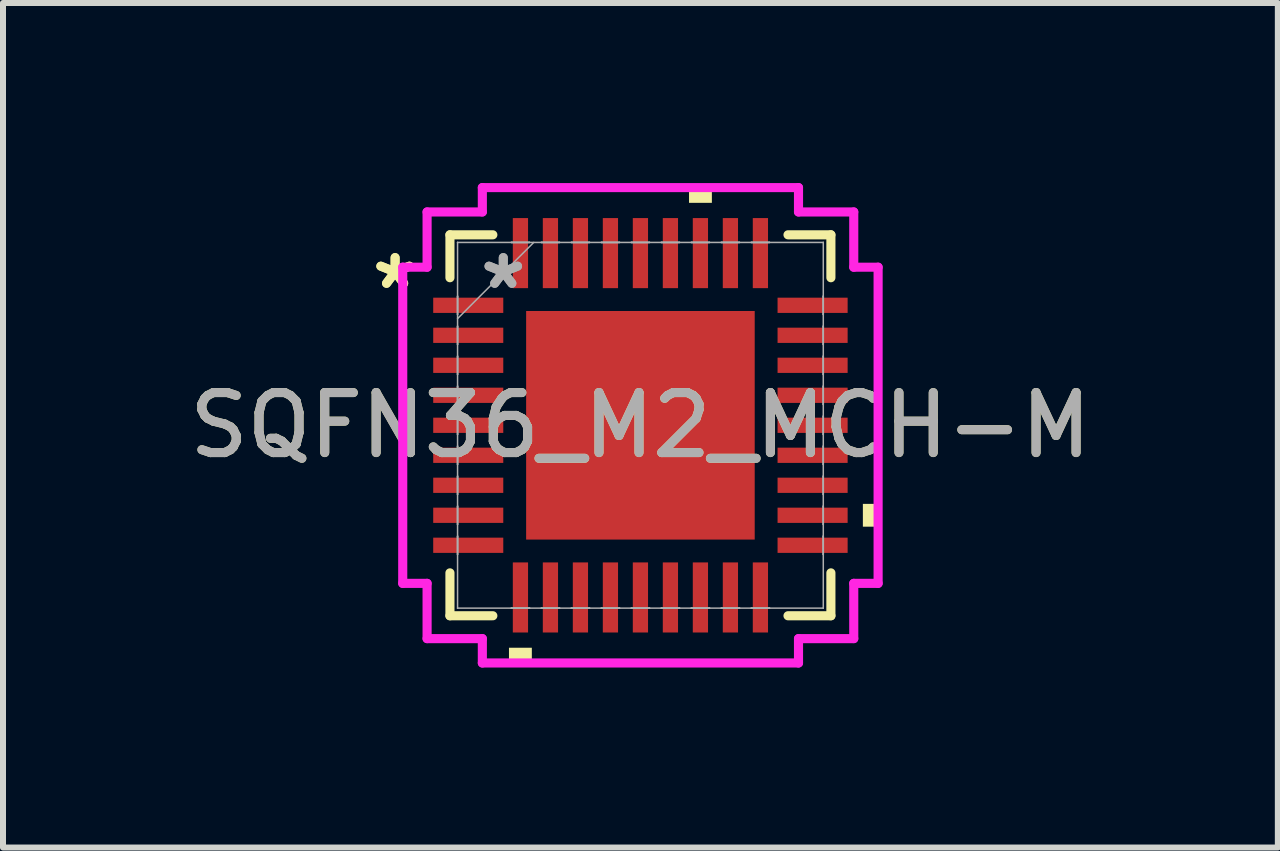
<source format=kicad_pcb>
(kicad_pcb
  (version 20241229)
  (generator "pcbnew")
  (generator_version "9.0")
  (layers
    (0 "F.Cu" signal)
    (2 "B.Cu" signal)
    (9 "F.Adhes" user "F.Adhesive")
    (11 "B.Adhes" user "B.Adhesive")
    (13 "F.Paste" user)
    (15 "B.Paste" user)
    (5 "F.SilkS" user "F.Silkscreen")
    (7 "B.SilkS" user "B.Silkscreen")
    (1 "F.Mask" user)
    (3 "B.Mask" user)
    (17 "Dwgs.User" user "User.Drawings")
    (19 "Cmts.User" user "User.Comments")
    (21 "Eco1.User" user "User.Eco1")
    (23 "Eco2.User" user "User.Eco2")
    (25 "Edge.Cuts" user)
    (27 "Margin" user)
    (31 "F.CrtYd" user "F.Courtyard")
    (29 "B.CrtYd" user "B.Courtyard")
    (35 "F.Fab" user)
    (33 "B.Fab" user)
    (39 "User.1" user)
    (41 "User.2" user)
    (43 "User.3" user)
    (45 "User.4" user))
  (footprint "SQFN36_M2_MCH-M"
    (layer "F.Cu")
    (at 7.625 4.039)
    (property "Reference" "SQFN36_M2_MCH-M" (at 0 0 0) (unlocked yes) (layer "F.SilkS") (effects (font (size 1 1) (thickness 0.15))))
    (attr smd)
    (fp_line (start -3.175 -3.175) (end -3.175 -2.46) (stroke (width 0.152) (type solid)) (layer "F.SilkS"))
    (fp_line (start -3.175 2.46) (end -3.175 3.175) (stroke (width 0.152) (type solid)) (layer "F.SilkS"))
    (fp_line (start -3.175 3.175) (end -2.46 3.175) (stroke (width 0.152) (type solid)) (layer "F.SilkS"))
    (fp_line (start -2.46 -3.175) (end -3.175 -3.175) (stroke (width 0.152) (type solid)) (layer "F.SilkS"))
    (fp_line (start 2.46 3.175) (end 3.175 3.175) (stroke (width 0.152) (type solid)) (layer "F.SilkS"))
    (fp_line (start 3.175 -3.175) (end 2.46 -3.175) (stroke (width 0.152) (type solid)) (layer "F.SilkS"))
    (fp_line (start 3.175 -2.46) (end 3.175 -3.175) (stroke (width 0.152) (type solid)) (layer "F.SilkS"))
    (fp_line (start 3.175 3.175) (end 3.175 2.46) (stroke (width 0.152) (type solid)) (layer "F.SilkS"))
    (fp_poly (pts (xy -2.191 3.708) (xy -2.191 3.962) (xy -1.81 3.962) (xy -1.81 3.708)) (stroke (width 0) (type solid)) (fill yes) (layer "F.SilkS"))
    (fp_poly (pts (xy 0.81 -3.708) (xy 0.81 -3.962) (xy 1.191 -3.962) (xy 1.191 -3.708)) (stroke (width 0) (type solid)) (fill yes) (layer "F.SilkS"))
    (fp_poly (pts (xy 3.962 1.31) (xy 3.962 1.69) (xy 3.708 1.69) (xy 3.708 1.31)) (stroke (width 0) (type solid)) (fill yes) (layer "F.SilkS"))
    (fp_poly (pts (xy -1.805 -1.805) (xy -1.805 -0.735) (xy -0.735 -0.735) (xy -0.735 -1.805)) (stroke (width 0) (type solid)) (fill yes) (layer "F.Paste"))
    (fp_poly (pts (xy -1.805 -0.535) (xy -1.805 0.535) (xy -0.735 0.535) (xy -0.735 -0.535)) (stroke (width 0) (type solid)) (fill yes) (layer "F.Paste"))
    (fp_poly (pts (xy -1.805 0.735) (xy -1.805 1.805) (xy -0.735 1.805) (xy -0.735 0.735)) (stroke (width 0) (type solid)) (fill yes) (layer "F.Paste"))
    (fp_poly (pts (xy -0.535 -1.805) (xy -0.535 -0.735) (xy 0.535 -0.735) (xy 0.535 -1.805)) (stroke (width 0) (type solid)) (fill yes) (layer "F.Paste"))
    (fp_poly (pts (xy -0.535 -0.535) (xy -0.535 0.535) (xy 0.535 0.535) (xy 0.535 -0.535)) (stroke (width 0) (type solid)) (fill yes) (layer "F.Paste"))
    (fp_poly (pts (xy -0.535 0.735) (xy -0.535 1.805) (xy 0.535 1.805) (xy 0.535 0.735)) (stroke (width 0) (type solid)) (fill yes) (layer "F.Paste"))
    (fp_poly (pts (xy 0.735 -1.805) (xy 0.735 -0.735) (xy 1.805 -0.735) (xy 1.805 -1.805)) (stroke (width 0) (type solid)) (fill yes) (layer "F.Paste"))
    (fp_poly (pts (xy 0.735 -0.535) (xy 0.735 0.535) (xy 1.805 0.535) (xy 1.805 -0.535)) (stroke (width 0) (type solid)) (fill yes) (layer "F.Paste"))
    (fp_poly (pts (xy 0.735 0.735) (xy 0.735 1.805) (xy 1.805 1.805) (xy 1.805 0.735)) (stroke (width 0) (type solid)) (fill yes) (layer "F.Paste"))
    (fp_line (start -3.962 -2.635) (end -3.556 -2.635) (stroke (width 0.152) (type solid)) (layer "F.CrtYd"))
    (fp_line (start -3.962 2.635) (end -3.962 -2.635) (stroke (width 0.152) (type solid)) (layer "F.CrtYd"))
    (fp_line (start -3.556 -3.556) (end -2.635 -3.556) (stroke (width 0.152) (type solid)) (layer "F.CrtYd"))
    (fp_line (start -3.556 -2.635) (end -3.556 -3.556) (stroke (width 0.152) (type solid)) (layer "F.CrtYd"))
    (fp_line (start -3.556 2.635) (end -3.962 2.635) (stroke (width 0.152) (type solid)) (layer "F.CrtYd"))
    (fp_line (start -3.556 3.556) (end -3.556 2.635) (stroke (width 0.152) (type solid)) (layer "F.CrtYd"))
    (fp_line (start -2.635 -3.962) (end 2.635 -3.962) (stroke (width 0.152) (type solid)) (layer "F.CrtYd"))
    (fp_line (start -2.635 -3.556) (end -2.635 -3.962) (stroke (width 0.152) (type solid)) (layer "F.CrtYd"))
    (fp_line (start -2.635 3.556) (end -3.556 3.556) (stroke (width 0.152) (type solid)) (layer "F.CrtYd"))
    (fp_line (start -2.635 3.962) (end -2.635 3.556) (stroke (width 0.152) (type solid)) (layer "F.CrtYd"))
    (fp_line (start 2.635 -3.962) (end 2.635 -3.556) (stroke (width 0.152) (type solid)) (layer "F.CrtYd"))
    (fp_line (start 2.635 -3.556) (end 3.556 -3.556) (stroke (width 0.152) (type solid)) (layer "F.CrtYd"))
    (fp_line (start 2.635 3.556) (end 2.635 3.962) (stroke (width 0.152) (type solid)) (layer "F.CrtYd"))
    (fp_line (start 2.635 3.962) (end -2.635 3.962) (stroke (width 0.152) (type solid)) (layer "F.CrtYd"))
    (fp_line (start 3.556 -3.556) (end 3.556 -2.635) (stroke (width 0.152) (type solid)) (layer "F.CrtYd"))
    (fp_line (start 3.556 -2.635) (end 3.962 -2.635) (stroke (width 0.152) (type solid)) (layer "F.CrtYd"))
    (fp_line (start 3.556 2.635) (end 3.556 3.556) (stroke (width 0.152) (type solid)) (layer "F.CrtYd"))
    (fp_line (start 3.556 3.556) (end 2.635 3.556) (stroke (width 0.152) (type solid)) (layer "F.CrtYd"))
    (fp_line (start 3.962 -2.635) (end 3.962 2.635) (stroke (width 0.152) (type solid)) (layer "F.CrtYd"))
    (fp_line (start 3.962 2.635) (end 3.556 2.635) (stroke (width 0.152) (type solid)) (layer "F.CrtYd"))
    (fp_line (start -3.048 -3.048) (end -3.048 -3.048) (stroke (width 0.025) (type solid)) (layer "F.Fab"))
    (fp_line (start -3.048 -3.048) (end -3.048 3.048) (stroke (width 0.025) (type solid)) (layer "F.Fab"))
    (fp_line (start -3.048 -2.152) (end -3.048 -2.152) (stroke (width 0.025) (type solid)) (layer "F.Fab"))
    (fp_line (start -3.048 -2.152) (end -3.048 -1.848) (stroke (width 0.025) (type solid)) (layer "F.Fab"))
    (fp_line (start -3.048 -1.848) (end -3.048 -2.152) (stroke (width 0.025) (type solid)) (layer "F.Fab"))
    (fp_line (start -3.048 -1.848) (end -3.048 -1.848) (stroke (width 0.025) (type solid)) (layer "F.Fab"))
    (fp_line (start -3.048 -1.778) (end -1.778 -3.048) (stroke (width 0.025) (type solid)) (layer "F.Fab"))
    (fp_line (start -3.048 -1.652) (end -3.048 -1.652) (stroke (width 0.025) (type solid)) (layer "F.Fab"))
    (fp_line (start -3.048 -1.652) (end -3.048 -1.348) (stroke (width 0.025) (type solid)) (layer "F.Fab"))
    (fp_line (start -3.048 -1.348) (end -3.048 -1.652) (stroke (width 0.025) (type solid)) (layer "F.Fab"))
    (fp_line (start -3.048 -1.348) (end -3.048 -1.348) (stroke (width 0.025) (type solid)) (layer "F.Fab"))
    (fp_line (start -3.048 -1.152) (end -3.048 -1.152) (stroke (width 0.025) (type solid)) (layer "F.Fab"))
    (fp_line (start -3.048 -1.152) (end -3.048 -0.848) (stroke (width 0.025) (type solid)) (layer "F.Fab"))
    (fp_line (start -3.048 -0.848) (end -3.048 -1.152) (stroke (width 0.025) (type solid)) (layer "F.Fab"))
    (fp_line (start -3.048 -0.848) (end -3.048 -0.848) (stroke (width 0.025) (type solid)) (layer "F.Fab"))
    (fp_line (start -3.048 -0.652) (end -3.048 -0.652) (stroke (width 0.025) (type solid)) (layer "F.Fab"))
    (fp_line (start -3.048 -0.652) (end -3.048 -0.348) (stroke (width 0.025) (type solid)) (layer "F.Fab"))
    (fp_line (start -3.048 -0.348) (end -3.048 -0.652) (stroke (width 0.025) (type solid)) (layer "F.Fab"))
    (fp_line (start -3.048 -0.348) (end -3.048 -0.348) (stroke (width 0.025) (type solid)) (layer "F.Fab"))
    (fp_line (start -3.048 -0.152) (end -3.048 -0.152) (stroke (width 0.025) (type solid)) (layer "F.Fab"))
    (fp_line (start -3.048 -0.152) (end -3.048 0.152) (stroke (width 0.025) (type solid)) (layer "F.Fab"))
    (fp_line (start -3.048 0.152) (end -3.048 -0.152) (stroke (width 0.025) (type solid)) (layer "F.Fab"))
    (fp_line (start -3.048 0.152) (end -3.048 0.152) (stroke (width 0.025) (type solid)) (layer "F.Fab"))
    (fp_line (start -3.048 0.348) (end -3.048 0.348) (stroke (width 0.025) (type solid)) (layer "F.Fab"))
    (fp_line (start -3.048 0.348) (end -3.048 0.652) (stroke (width 0.025) (type solid)) (layer "F.Fab"))
    (fp_line (start -3.048 0.652) (end -3.048 0.348) (stroke (width 0.025) (type solid)) (layer "F.Fab"))
    (fp_line (start -3.048 0.652) (end -3.048 0.652) (stroke (width 0.025) (type solid)) (layer "F.Fab"))
    (fp_line (start -3.048 0.848) (end -3.048 0.848) (stroke (width 0.025) (type solid)) (layer "F.Fab"))
    (fp_line (start -3.048 0.848) (end -3.048 1.152) (stroke (width 0.025) (type solid)) (layer "F.Fab"))
    (fp_line (start -3.048 1.152) (end -3.048 0.848) (stroke (width 0.025) (type solid)) (layer "F.Fab"))
    (fp_line (start -3.048 1.152) (end -3.048 1.152) (stroke (width 0.025) (type solid)) (layer "F.Fab"))
    (fp_line (start -3.048 1.348) (end -3.048 1.348) (stroke (width 0.025) (type solid)) (layer "F.Fab"))
    (fp_line (start -3.048 1.348) (end -3.048 1.652) (stroke (width 0.025) (type solid)) (layer "F.Fab"))
    (fp_line (start -3.048 1.652) (end -3.048 1.348) (stroke (width 0.025) (type solid)) (layer "F.Fab"))
    (fp_line (start -3.048 1.652) (end -3.048 1.652) (stroke (width 0.025) (type solid)) (layer "F.Fab"))
    (fp_line (start -3.048 1.848) (end -3.048 1.848) (stroke (width 0.025) (type solid)) (layer "F.Fab"))
    (fp_line (start -3.048 1.848) (end -3.048 2.152) (stroke (width 0.025) (type solid)) (layer "F.Fab"))
    (fp_line (start -3.048 2.152) (end -3.048 1.848) (stroke (width 0.025) (type solid)) (layer "F.Fab"))
    (fp_line (start -3.048 2.152) (end -3.048 2.152) (stroke (width 0.025) (type solid)) (layer "F.Fab"))
    (fp_line (start -3.048 3.048) (end -3.048 3.048) (stroke (width 0.025) (type solid)) (layer "F.Fab"))
    (fp_line (start -3.048 3.048) (end 3.048 3.048) (stroke (width 0.025) (type solid)) (layer "F.Fab"))
    (fp_line (start -2.152 -3.048) (end -2.152 -3.048) (stroke (width 0.025) (type solid)) (layer "F.Fab"))
    (fp_line (start -2.152 -3.048) (end -1.848 -3.048) (stroke (width 0.025) (type solid)) (layer "F.Fab"))
    (fp_line (start -2.152 3.048) (end -2.152 3.048) (stroke (width 0.025) (type solid)) (layer "F.Fab"))
    (fp_line (start -2.152 3.048) (end -1.848 3.048) (stroke (width 0.025) (type solid)) (layer "F.Fab"))
    (fp_line (start -1.848 -3.048) (end -2.152 -3.048) (stroke (width 0.025) (type solid)) (layer "F.Fab"))
    (fp_line (start -1.848 -3.048) (end -1.848 -3.048) (stroke (width 0.025) (type solid)) (layer "F.Fab"))
    (fp_line (start -1.848 3.048) (end -2.152 3.048) (stroke (width 0.025) (type solid)) (layer "F.Fab"))
    (fp_line (start -1.848 3.048) (end -1.848 3.048) (stroke (width 0.025) (type solid)) (layer "F.Fab"))
    (fp_line (start -1.652 -3.048) (end -1.652 -3.048) (stroke (width 0.025) (type solid)) (layer "F.Fab"))
    (fp_line (start -1.652 -3.048) (end -1.348 -3.048) (stroke (width 0.025) (type solid)) (layer "F.Fab"))
    (fp_line (start -1.652 3.048) (end -1.652 3.048) (stroke (width 0.025) (type solid)) (layer "F.Fab"))
    (fp_line (start -1.652 3.048) (end -1.348 3.048) (stroke (width 0.025) (type solid)) (layer "F.Fab"))
    (fp_line (start -1.348 -3.048) (end -1.652 -3.048) (stroke (width 0.025) (type solid)) (layer "F.Fab"))
    (fp_line (start -1.348 -3.048) (end -1.348 -3.048) (stroke (width 0.025) (type solid)) (layer "F.Fab"))
    (fp_line (start -1.348 3.048) (end -1.652 3.048) (stroke (width 0.025) (type solid)) (layer "F.Fab"))
    (fp_line (start -1.348 3.048) (end -1.348 3.048) (stroke (width 0.025) (type solid)) (layer "F.Fab"))
    (fp_line (start -1.152 -3.048) (end -1.152 -3.048) (stroke (width 0.025) (type solid)) (layer "F.Fab"))
    (fp_line (start -1.152 -3.048) (end -0.848 -3.048) (stroke (width 0.025) (type solid)) (layer "F.Fab"))
    (fp_line (start -1.152 3.048) (end -1.152 3.048) (stroke (width 0.025) (type solid)) (layer "F.Fab"))
    (fp_line (start -1.152 3.048) (end -0.848 3.048) (stroke (width 0.025) (type solid)) (layer "F.Fab"))
    (fp_line (start -0.848 -3.048) (end -1.152 -3.048) (stroke (width 0.025) (type solid)) (layer "F.Fab"))
    (fp_line (start -0.848 -3.048) (end -0.848 -3.048) (stroke (width 0.025) (type solid)) (layer "F.Fab"))
    (fp_line (start -0.848 3.048) (end -1.152 3.048) (stroke (width 0.025) (type solid)) (layer "F.Fab"))
    (fp_line (start -0.848 3.048) (end -0.848 3.048) (stroke (width 0.025) (type solid)) (layer "F.Fab"))
    (fp_line (start -0.652 -3.048) (end -0.652 -3.048) (stroke (width 0.025) (type solid)) (layer "F.Fab"))
    (fp_line (start -0.652 -3.048) (end -0.348 -3.048) (stroke (width 0.025) (type solid)) (layer "F.Fab"))
    (fp_line (start -0.652 3.048) (end -0.652 3.048) (stroke (width 0.025) (type solid)) (layer "F.Fab"))
    (fp_line (start -0.652 3.048) (end -0.348 3.048) (stroke (width 0.025) (type solid)) (layer "F.Fab"))
    (fp_line (start -0.348 -3.048) (end -0.652 -3.048) (stroke (width 0.025) (type solid)) (layer "F.Fab"))
    (fp_line (start -0.348 -3.048) (end -0.348 -3.048) (stroke (width 0.025) (type solid)) (layer "F.Fab"))
    (fp_line (start -0.348 3.048) (end -0.652 3.048) (stroke (width 0.025) (type solid)) (layer "F.Fab"))
    (fp_line (start -0.348 3.048) (end -0.348 3.048) (stroke (width 0.025) (type solid)) (layer "F.Fab"))
    (fp_line (start -0.152 -3.048) (end -0.152 -3.048) (stroke (width 0.025) (type solid)) (layer "F.Fab"))
    (fp_line (start -0.152 -3.048) (end 0.152 -3.048) (stroke (width 0.025) (type solid)) (layer "F.Fab"))
    (fp_line (start -0.152 3.048) (end -0.152 3.048) (stroke (width 0.025) (type solid)) (layer "F.Fab"))
    (fp_line (start -0.152 3.048) (end 0.152 3.048) (stroke (width 0.025) (type solid)) (layer "F.Fab"))
    (fp_line (start 0.152 -3.048) (end -0.152 -3.048) (stroke (width 0.025) (type solid)) (layer "F.Fab"))
    (fp_line (start 0.152 -3.048) (end 0.152 -3.048) (stroke (width 0.025) (type solid)) (layer "F.Fab"))
    (fp_line (start 0.152 3.048) (end -0.152 3.048) (stroke (width 0.025) (type solid)) (layer "F.Fab"))
    (fp_line (start 0.152 3.048) (end 0.152 3.048) (stroke (width 0.025) (type solid)) (layer "F.Fab"))
    (fp_line (start 0.348 -3.048) (end 0.348 -3.048) (stroke (width 0.025) (type solid)) (layer "F.Fab"))
    (fp_line (start 0.348 -3.048) (end 0.652 -3.048) (stroke (width 0.025) (type solid)) (layer "F.Fab"))
    (fp_line (start 0.348 3.048) (end 0.348 3.048) (stroke (width 0.025) (type solid)) (layer "F.Fab"))
    (fp_line (start 0.348 3.048) (end 0.652 3.048) (stroke (width 0.025) (type solid)) (layer "F.Fab"))
    (fp_line (start 0.652 -3.048) (end 0.348 -3.048) (stroke (width 0.025) (type solid)) (layer "F.Fab"))
    (fp_line (start 0.652 -3.048) (end 0.652 -3.048) (stroke (width 0.025) (type solid)) (layer "F.Fab"))
    (fp_line (start 0.652 3.048) (end 0.348 3.048) (stroke (width 0.025) (type solid)) (layer "F.Fab"))
    (fp_line (start 0.652 3.048) (end 0.652 3.048) (stroke (width 0.025) (type solid)) (layer "F.Fab"))
    (fp_line (start 0.848 -3.048) (end 0.848 -3.048) (stroke (width 0.025) (type solid)) (layer "F.Fab"))
    (fp_line (start 0.848 -3.048) (end 1.152 -3.048) (stroke (width 0.025) (type solid)) (layer "F.Fab"))
    (fp_line (start 0.848 3.048) (end 0.848 3.048) (stroke (width 0.025) (type solid)) (layer "F.Fab"))
    (fp_line (start 0.848 3.048) (end 1.152 3.048) (stroke (width 0.025) (type solid)) (layer "F.Fab"))
    (fp_line (start 1.152 -3.048) (end 0.848 -3.048) (stroke (width 0.025) (type solid)) (layer "F.Fab"))
    (fp_line (start 1.152 -3.048) (end 1.152 -3.048) (stroke (width 0.025) (type solid)) (layer "F.Fab"))
    (fp_line (start 1.152 3.048) (end 0.848 3.048) (stroke (width 0.025) (type solid)) (layer "F.Fab"))
    (fp_line (start 1.152 3.048) (end 1.152 3.048) (stroke (width 0.025) (type solid)) (layer "F.Fab"))
    (fp_line (start 1.348 -3.048) (end 1.348 -3.048) (stroke (width 0.025) (type solid)) (layer "F.Fab"))
    (fp_line (start 1.348 -3.048) (end 1.652 -3.048) (stroke (width 0.025) (type solid)) (layer "F.Fab"))
    (fp_line (start 1.348 3.048) (end 1.348 3.048) (stroke (width 0.025) (type solid)) (layer "F.Fab"))
    (fp_line (start 1.348 3.048) (end 1.652 3.048) (stroke (width 0.025) (type solid)) (layer "F.Fab"))
    (fp_line (start 1.652 -3.048) (end 1.348 -3.048) (stroke (width 0.025) (type solid)) (layer "F.Fab"))
    (fp_line (start 1.652 -3.048) (end 1.652 -3.048) (stroke (width 0.025) (type solid)) (layer "F.Fab"))
    (fp_line (start 1.652 3.048) (end 1.348 3.048) (stroke (width 0.025) (type solid)) (layer "F.Fab"))
    (fp_line (start 1.652 3.048) (end 1.652 3.048) (stroke (width 0.025) (type solid)) (layer "F.Fab"))
    (fp_line (start 1.848 -3.048) (end 1.848 -3.048) (stroke (width 0.025) (type solid)) (layer "F.Fab"))
    (fp_line (start 1.848 -3.048) (end 2.152 -3.048) (stroke (width 0.025) (type solid)) (layer "F.Fab"))
    (fp_line (start 1.848 3.048) (end 1.848 3.048) (stroke (width 0.025) (type solid)) (layer "F.Fab"))
    (fp_line (start 1.848 3.048) (end 2.152 3.048) (stroke (width 0.025) (type solid)) (layer "F.Fab"))
    (fp_line (start 2.152 -3.048) (end 1.848 -3.048) (stroke (width 0.025) (type solid)) (layer "F.Fab"))
    (fp_line (start 2.152 -3.048) (end 2.152 -3.048) (stroke (width 0.025) (type solid)) (layer "F.Fab"))
    (fp_line (start 2.152 3.048) (end 1.848 3.048) (stroke (width 0.025) (type solid)) (layer "F.Fab"))
    (fp_line (start 2.152 3.048) (end 2.152 3.048) (stroke (width 0.025) (type solid)) (layer "F.Fab"))
    (fp_line (start 3.048 -3.048) (end -3.048 -3.048) (stroke (width 0.025) (type solid)) (layer "F.Fab"))
    (fp_line (start 3.048 -3.048) (end 3.048 -3.048) (stroke (width 0.025) (type solid)) (layer "F.Fab"))
    (fp_line (start 3.048 -2.152) (end 3.048 -2.152) (stroke (width 0.025) (type solid)) (layer "F.Fab"))
    (fp_line (start 3.048 -2.152) (end 3.048 -1.848) (stroke (width 0.025) (type solid)) (layer "F.Fab"))
    (fp_line (start 3.048 -1.848) (end 3.048 -2.152) (stroke (width 0.025) (type solid)) (layer "F.Fab"))
    (fp_line (start 3.048 -1.848) (end 3.048 -1.848) (stroke (width 0.025) (type solid)) (layer "F.Fab"))
    (fp_line (start 3.048 -1.652) (end 3.048 -1.652) (stroke (width 0.025) (type solid)) (layer "F.Fab"))
    (fp_line (start 3.048 -1.652) (end 3.048 -1.348) (stroke (width 0.025) (type solid)) (layer "F.Fab"))
    (fp_line (start 3.048 -1.348) (end 3.048 -1.652) (stroke (width 0.025) (type solid)) (layer "F.Fab"))
    (fp_line (start 3.048 -1.348) (end 3.048 -1.348) (stroke (width 0.025) (type solid)) (layer "F.Fab"))
    (fp_line (start 3.048 -1.152) (end 3.048 -1.152) (stroke (width 0.025) (type solid)) (layer "F.Fab"))
    (fp_line (start 3.048 -1.152) (end 3.048 -0.848) (stroke (width 0.025) (type solid)) (layer "F.Fab"))
    (fp_line (start 3.048 -0.848) (end 3.048 -1.152) (stroke (width 0.025) (type solid)) (layer "F.Fab"))
    (fp_line (start 3.048 -0.848) (end 3.048 -0.848) (stroke (width 0.025) (type solid)) (layer "F.Fab"))
    (fp_line (start 3.048 -0.652) (end 3.048 -0.652) (stroke (width 0.025) (type solid)) (layer "F.Fab"))
    (fp_line (start 3.048 -0.652) (end 3.048 -0.348) (stroke (width 0.025) (type solid)) (layer "F.Fab"))
    (fp_line (start 3.048 -0.348) (end 3.048 -0.652) (stroke (width 0.025) (type solid)) (layer "F.Fab"))
    (fp_line (start 3.048 -0.348) (end 3.048 -0.348) (stroke (width 0.025) (type solid)) (layer "F.Fab"))
    (fp_line (start 3.048 -0.152) (end 3.048 -0.152) (stroke (width 0.025) (type solid)) (layer "F.Fab"))
    (fp_line (start 3.048 -0.152) (end 3.048 0.152) (stroke (width 0.025) (type solid)) (layer "F.Fab"))
    (fp_line (start 3.048 0.152) (end 3.048 -0.152) (stroke (width 0.025) (type solid)) (layer "F.Fab"))
    (fp_line (start 3.048 0.152) (end 3.048 0.152) (stroke (width 0.025) (type solid)) (layer "F.Fab"))
    (fp_line (start 3.048 0.348) (end 3.048 0.348) (stroke (width 0.025) (type solid)) (layer "F.Fab"))
    (fp_line (start 3.048 0.348) (end 3.048 0.652) (stroke (width 0.025) (type solid)) (layer "F.Fab"))
    (fp_line (start 3.048 0.652) (end 3.048 0.348) (stroke (width 0.025) (type solid)) (layer "F.Fab"))
    (fp_line (start 3.048 0.652) (end 3.048 0.652) (stroke (width 0.025) (type solid)) (layer "F.Fab"))
    (fp_line (start 3.048 0.848) (end 3.048 0.848) (stroke (width 0.025) (type solid)) (layer "F.Fab"))
    (fp_line (start 3.048 0.848) (end 3.048 1.152) (stroke (width 0.025) (type solid)) (layer "F.Fab"))
    (fp_line (start 3.048 1.152) (end 3.048 0.848) (stroke (width 0.025) (type solid)) (layer "F.Fab"))
    (fp_line (start 3.048 1.152) (end 3.048 1.152) (stroke (width 0.025) (type solid)) (layer "F.Fab"))
    (fp_line (start 3.048 1.348) (end 3.048 1.348) (stroke (width 0.025) (type solid)) (layer "F.Fab"))
    (fp_line (start 3.048 1.348) (end 3.048 1.652) (stroke (width 0.025) (type solid)) (layer "F.Fab"))
    (fp_line (start 3.048 1.652) (end 3.048 1.348) (stroke (width 0.025) (type solid)) (layer "F.Fab"))
    (fp_line (start 3.048 1.652) (end 3.048 1.652) (stroke (width 0.025) (type solid)) (layer "F.Fab"))
    (fp_line (start 3.048 1.848) (end 3.048 1.848) (stroke (width 0.025) (type solid)) (layer "F.Fab"))
    (fp_line (start 3.048 1.848) (end 3.048 2.152) (stroke (width 0.025) (type solid)) (layer "F.Fab"))
    (fp_line (start 3.048 2.152) (end 3.048 1.848) (stroke (width 0.025) (type solid)) (layer "F.Fab"))
    (fp_line (start 3.048 2.152) (end 3.048 2.152) (stroke (width 0.025) (type solid)) (layer "F.Fab"))
    (fp_line (start 3.048 3.048) (end 3.048 -3.048) (stroke (width 0.025) (type solid)) (layer "F.Fab"))
    (fp_line (start 3.048 3.048) (end 3.048 3.048) (stroke (width 0.025) (type solid)) (layer "F.Fab"))
    (fp_text user "*" (at -4.089 -2.25 0) (layer "F.SilkS") (effects (font (size 1 1) (thickness 0.15))))
    (fp_text user "*" (at -4.089 -2.25 0) (unlocked yes) (layer "F.SilkS") (effects (font (size 1 1) (thickness 0.15))))
    (fp_text user "*" (at -2.286 -2.25 0) (layer "F.Fab") (effects (font (size 1 1) (thickness 0.15))))
    (fp_text user "*" (at -2.286 -2.25 0) (unlocked yes) (layer "F.Fab") (effects (font (size 1 1) (thickness 0.15))))
    (fp_text user "${REFERENCE}" (at 0 0 0) (unlocked yes) (layer "F.Fab") (effects (font (size 1 1) (thickness 0.15))))
    (pad "1" smd rect (at -2.87 -2 90) (size 0.254 1.168) (layers "F.Cu" "F.Mask" "F.Paste"))
    (pad "2" smd rect (at -2.87 -1.5 90) (size 0.254 1.168) (layers "F.Cu" "F.Mask" "F.Paste"))
    (pad "3" smd rect (at -2.87 -1 90) (size 0.254 1.168) (layers "F.Cu" "F.Mask" "F.Paste"))
    (pad "4" smd rect (at -2.87 -0.5 90) (size 0.254 1.168) (layers "F.Cu" "F.Mask" "F.Paste"))
    (pad "5" smd rect (at -2.87 0 90) (size 0.254 1.168) (layers "F.Cu" "F.Mask" "F.Paste"))
    (pad "6" smd rect (at -2.87 0.5 90) (size 0.254 1.168) (layers "F.Cu" "F.Mask" "F.Paste"))
    (pad "7" smd rect (at -2.87 1 90) (size 0.254 1.168) (layers "F.Cu" "F.Mask" "F.Paste"))
    (pad "8" smd rect (at -2.87 1.5 90) (size 0.254 1.168) (layers "F.Cu" "F.Mask" "F.Paste"))
    (pad "9" smd rect (at -2.87 2 90) (size 0.254 1.168) (layers "F.Cu" "F.Mask" "F.Paste"))
    (pad "10" smd rect (at -2 2.87) (size 0.254 1.168) (layers "F.Cu" "F.Mask" "F.Paste"))
    (pad "11" smd rect (at -1.5 2.87) (size 0.254 1.168) (layers "F.Cu" "F.Mask" "F.Paste"))
    (pad "12" smd rect (at -1 2.87) (size 0.254 1.168) (layers "F.Cu" "F.Mask" "F.Paste"))
    (pad "13" smd rect (at -0.5 2.87) (size 0.254 1.168) (layers "F.Cu" "F.Mask" "F.Paste"))
    (pad "14" smd rect (at 0 2.87) (size 0.254 1.168) (layers "F.Cu" "F.Mask" "F.Paste"))
    (pad "15" smd rect (at 0.5 2.87) (size 0.254 1.168) (layers "F.Cu" "F.Mask" "F.Paste"))
    (pad "16" smd rect (at 1 2.87) (size 0.254 1.168) (layers "F.Cu" "F.Mask" "F.Paste"))
    (pad "17" smd rect (at 1.5 2.87) (size 0.254 1.168) (layers "F.Cu" "F.Mask" "F.Paste"))
    (pad "18" smd rect (at 2 2.87) (size 0.254 1.168) (layers "F.Cu" "F.Mask" "F.Paste"))
    (pad "19" smd rect (at 2.87 2 90) (size 0.254 1.168) (layers "F.Cu" "F.Mask" "F.Paste"))
    (pad "20" smd rect (at 2.87 1.5 90) (size 0.254 1.168) (layers "F.Cu" "F.Mask" "F.Paste"))
    (pad "21" smd rect (at 2.87 1 90) (size 0.254 1.168) (layers "F.Cu" "F.Mask" "F.Paste"))
    (pad "22" smd rect (at 2.87 0.5 90) (size 0.254 1.168) (layers "F.Cu" "F.Mask" "F.Paste"))
    (pad "23" smd rect (at 2.87 0 90) (size 0.254 1.168) (layers "F.Cu" "F.Mask" "F.Paste"))
    (pad "24" smd rect (at 2.87 -0.5 90) (size 0.254 1.168) (layers "F.Cu" "F.Mask" "F.Paste"))
    (pad "25" smd rect (at 2.87 -1 90) (size 0.254 1.168) (layers "F.Cu" "F.Mask" "F.Paste"))
    (pad "26" smd rect (at 2.87 -1.5 90) (size 0.254 1.168) (layers "F.Cu" "F.Mask" "F.Paste"))
    (pad "27" smd rect (at 2.87 -2 90) (size 0.254 1.168) (layers "F.Cu" "F.Mask" "F.Paste"))
    (pad "28" smd rect (at 2 -2.87) (size 0.254 1.168) (layers "F.Cu" "F.Mask" "F.Paste"))
    (pad "29" smd rect (at 1.5 -2.87) (size 0.254 1.168) (layers "F.Cu" "F.Mask" "F.Paste"))
    (pad "30" smd rect (at 1 -2.87) (size 0.254 1.168) (layers "F.Cu" "F.Mask" "F.Paste"))
    (pad "31" smd rect (at 0.5 -2.87) (size 0.254 1.168) (layers "F.Cu" "F.Mask" "F.Paste"))
    (pad "32" smd rect (at 0 -2.87) (size 0.254 1.168) (layers "F.Cu" "F.Mask" "F.Paste"))
    (pad "33" smd rect (at -0.5 -2.87) (size 0.254 1.168) (layers "F.Cu" "F.Mask" "F.Paste"))
    (pad "34" smd rect (at -1 -2.87) (size 0.254 1.168) (layers "F.Cu" "F.Mask" "F.Paste"))
    (pad "35" smd rect (at -1.5 -2.87) (size 0.254 1.168) (layers "F.Cu" "F.Mask" "F.Paste"))
    (pad "36" smd rect (at -2 -2.87) (size 0.254 1.168) (layers "F.Cu" "F.Mask" "F.Paste"))
    (pad "37" smd rect (at 0 0) (size 3.81 3.81) (layers "F.Cu" "F.Mask" "F.Paste")))
  (gr_rect
    (start -3 -3)
    (end 18.25 11.077)
    (stroke (width 0.1) (type default))
    (fill no)
    (layer "Edge.Cuts")))
</source>
